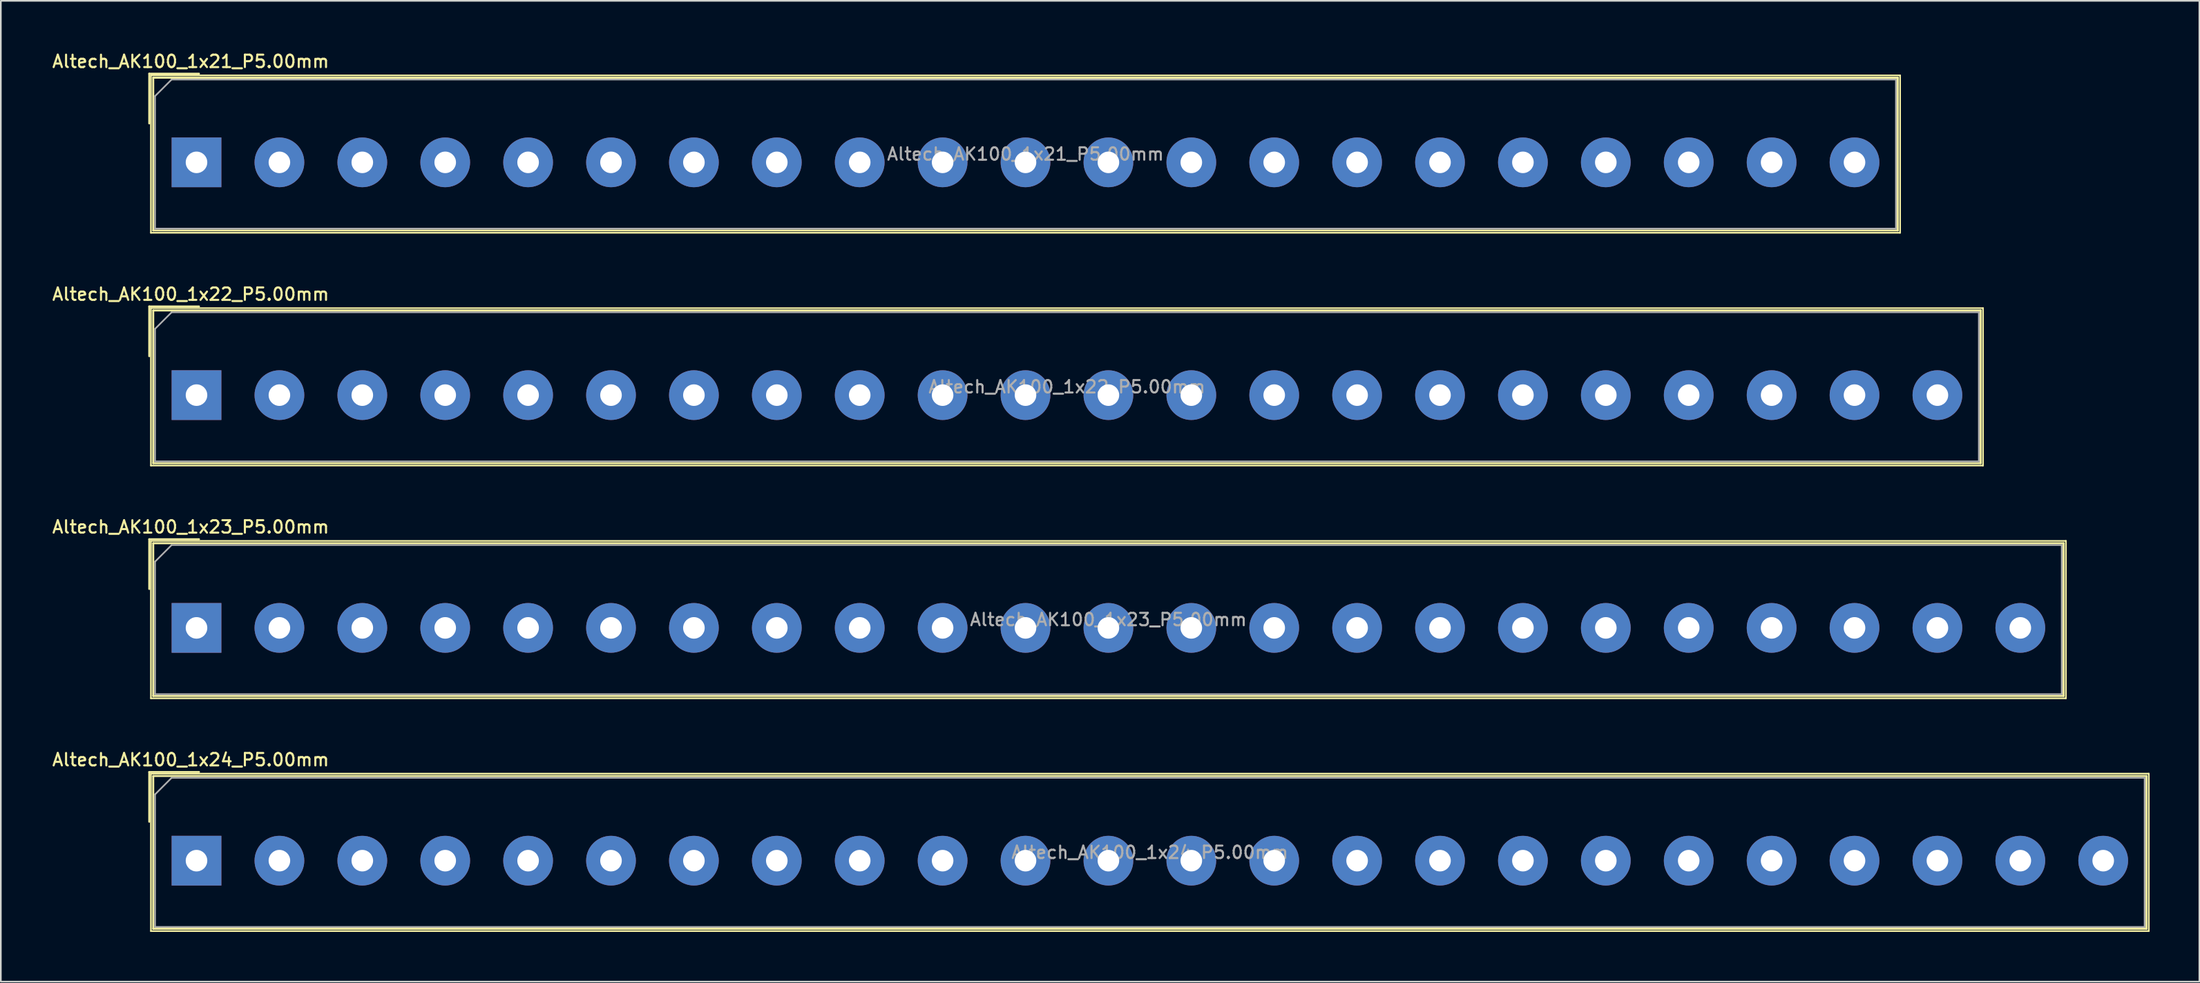
<source format=kicad_pcb>
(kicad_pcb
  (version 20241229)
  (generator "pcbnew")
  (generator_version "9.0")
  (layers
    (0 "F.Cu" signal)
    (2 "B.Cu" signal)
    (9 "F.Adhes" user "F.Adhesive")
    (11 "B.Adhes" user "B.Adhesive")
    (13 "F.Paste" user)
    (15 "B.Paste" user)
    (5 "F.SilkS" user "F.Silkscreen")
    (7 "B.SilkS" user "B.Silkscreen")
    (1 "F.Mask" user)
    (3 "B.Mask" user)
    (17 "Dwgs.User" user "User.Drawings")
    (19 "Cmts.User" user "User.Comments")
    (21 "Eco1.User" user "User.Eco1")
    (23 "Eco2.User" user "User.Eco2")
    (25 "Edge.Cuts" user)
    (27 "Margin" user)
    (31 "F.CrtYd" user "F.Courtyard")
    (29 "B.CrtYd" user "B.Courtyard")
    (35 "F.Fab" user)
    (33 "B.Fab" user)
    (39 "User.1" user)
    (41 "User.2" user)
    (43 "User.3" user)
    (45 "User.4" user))
  (footprint "Altech_AK100_1x23_P5.00mm"
    (layer "F.Cu")
    (at 8.802 34.844)
    (property "Reference" "Altech_AK100_1x23_P5.00mm" (at -0.35 -6.09 0) (layer "F.SilkS") (effects (font (size 0.75 0.75) (thickness 0.125))))
    (attr through_hole)
    (fp_line (start -2.85 -5.35) (end 0.15 -5.35) (stroke (width 0.12) (type solid)) (layer "F.SilkS"))
    (fp_line (start -2.85 -2.35) (end -2.85 -5.35) (stroke (width 0.12) (type solid)) (layer "F.SilkS"))
    (fp_line (start -2.75 -5.25) (end -2.75 4.25) (stroke (width 0.1) (type solid)) (layer "F.SilkS"))
    (fp_line (start -2.75 -5.25) (end 112.75 -5.25) (stroke (width 0.1) (type solid)) (layer "F.SilkS"))
    (fp_line (start -2.75 4.25) (end 112.75 4.25) (stroke (width 0.1) (type solid)) (layer "F.SilkS"))
    (fp_line (start -2.61 -5.11) (end -2.61 4.11) (stroke (width 0.12) (type solid)) (layer "F.SilkS"))
    (fp_line (start -2.61 -5.11) (end 112.61 -5.11) (stroke (width 0.12) (type solid)) (layer "F.SilkS"))
    (fp_line (start -2.61 4.11) (end 112.61 4.11) (stroke (width 0.12) (type solid)) (layer "F.SilkS"))
    (fp_line (start 112.61 -5.11) (end 112.61 4.11) (stroke (width 0.12) (type solid)) (layer "F.SilkS"))
    (fp_line (start 112.75 -5.25) (end 112.75 4.25) (stroke (width 0.1) (type solid)) (layer "F.SilkS"))
    (fp_line (start -2.5 -4) (end -1.5 -5) (stroke (width 0.1) (type solid)) (layer "F.Fab"))
    (fp_line (start -2.5 4) (end -2.5 -4) (stroke (width 0.1) (type solid)) (layer "F.Fab"))
    (fp_line (start -1.5 -5) (end 112.5 -5) (stroke (width 0.1) (type solid)) (layer "F.Fab"))
    (fp_line (start 112.5 -5) (end 112.5 4) (stroke (width 0.1) (type solid)) (layer "F.Fab"))
    (fp_line (start 112.5 4) (end -2.5 4) (stroke (width 0.1) (type solid)) (layer "F.Fab"))
    (fp_text user "${REFERENCE}" (at 55 -0.5 0) (layer "F.Fab") (effects (font (size 0.75 0.75) (thickness 0.125))))
    (pad "1" thru_hole rect (at 0 0) (size 3 3) (drill 1.3) (layers "*.Cu" "*.Mask"))
    (pad "2" thru_hole circle (at 5 0) (size 3 3) (drill 1.3) (layers "*.Cu" "*.Mask"))
    (pad "3" thru_hole circle (at 10 0) (size 3 3) (drill 1.3) (layers "*.Cu" "*.Mask"))
    (pad "4" thru_hole circle (at 15 0) (size 3 3) (drill 1.3) (layers "*.Cu" "*.Mask"))
    (pad "5" thru_hole circle (at 20 0) (size 3 3) (drill 1.3) (layers "*.Cu" "*.Mask"))
    (pad "6" thru_hole circle (at 25 0) (size 3 3) (drill 1.3) (layers "*.Cu" "*.Mask"))
    (pad "7" thru_hole circle (at 30 0) (size 3 3) (drill 1.3) (layers "*.Cu" "*.Mask"))
    (pad "8" thru_hole circle (at 35 0) (size 3 3) (drill 1.3) (layers "*.Cu" "*.Mask"))
    (pad "9" thru_hole circle (at 40 0) (size 3 3) (drill 1.3) (layers "*.Cu" "*.Mask"))
    (pad "10" thru_hole circle (at 45 0) (size 3 3) (drill 1.3) (layers "*.Cu" "*.Mask"))
    (pad "11" thru_hole circle (at 50 0) (size 3 3) (drill 1.3) (layers "*.Cu" "*.Mask"))
    (pad "12" thru_hole circle (at 55 0) (size 3 3) (drill 1.3) (layers "*.Cu" "*.Mask"))
    (pad "13" thru_hole circle (at 60 0) (size 3 3) (drill 1.3) (layers "*.Cu" "*.Mask"))
    (pad "14" thru_hole circle (at 65 0) (size 3 3) (drill 1.3) (layers "*.Cu" "*.Mask"))
    (pad "15" thru_hole circle (at 70 0) (size 3 3) (drill 1.3) (layers "*.Cu" "*.Mask"))
    (pad "16" thru_hole circle (at 75 0) (size 3 3) (drill 1.3) (layers "*.Cu" "*.Mask"))
    (pad "17" thru_hole circle (at 80 0) (size 3 3) (drill 1.3) (layers "*.Cu" "*.Mask"))
    (pad "18" thru_hole circle (at 85 0) (size 3 3) (drill 1.3) (layers "*.Cu" "*.Mask"))
    (pad "19" thru_hole circle (at 90 0) (size 3 3) (drill 1.3) (layers "*.Cu" "*.Mask"))
    (pad "20" thru_hole circle (at 95 0) (size 3 3) (drill 1.3) (layers "*.Cu" "*.Mask"))
    (pad "21" thru_hole circle (at 100 0) (size 3 3) (drill 1.3) (layers "*.Cu" "*.Mask"))
    (pad "22" thru_hole circle (at 105 0) (size 3 3) (drill 1.3) (layers "*.Cu" "*.Mask"))
    (pad "23" thru_hole circle (at 110 0) (size 3 3) (drill 1.3) (layers "*.Cu" "*.Mask")))
  (footprint "Altech_AK100_1x21_P5.00mm"
    (layer "F.Cu")
    (at 8.802 6.748)
    (property "Reference" "Altech_AK100_1x21_P5.00mm" (at -0.35 -6.09 0) (layer "F.SilkS") (effects (font (size 0.75 0.75) (thickness 0.125))))
    (attr through_hole)
    (fp_line (start -2.85 -5.35) (end 0.15 -5.35) (stroke (width 0.12) (type solid)) (layer "F.SilkS"))
    (fp_line (start -2.85 -2.35) (end -2.85 -5.35) (stroke (width 0.12) (type solid)) (layer "F.SilkS"))
    (fp_line (start -2.75 -5.25) (end -2.75 4.25) (stroke (width 0.1) (type solid)) (layer "F.SilkS"))
    (fp_line (start -2.75 -5.25) (end 102.75 -5.25) (stroke (width 0.1) (type solid)) (layer "F.SilkS"))
    (fp_line (start -2.75 4.25) (end 102.75 4.25) (stroke (width 0.1) (type solid)) (layer "F.SilkS"))
    (fp_line (start -2.61 -5.11) (end -2.61 4.11) (stroke (width 0.12) (type solid)) (layer "F.SilkS"))
    (fp_line (start -2.61 -5.11) (end 102.61 -5.11) (stroke (width 0.12) (type solid)) (layer "F.SilkS"))
    (fp_line (start -2.61 4.11) (end 102.61 4.11) (stroke (width 0.12) (type solid)) (layer "F.SilkS"))
    (fp_line (start 102.61 -5.11) (end 102.61 4.11) (stroke (width 0.12) (type solid)) (layer "F.SilkS"))
    (fp_line (start 102.75 -5.25) (end 102.75 4.25) (stroke (width 0.1) (type solid)) (layer "F.SilkS"))
    (fp_line (start -2.5 -4) (end -1.5 -5) (stroke (width 0.1) (type solid)) (layer "F.Fab"))
    (fp_line (start -2.5 4) (end -2.5 -4) (stroke (width 0.1) (type solid)) (layer "F.Fab"))
    (fp_line (start -1.5 -5) (end 102.5 -5) (stroke (width 0.1) (type solid)) (layer "F.Fab"))
    (fp_line (start 102.5 -5) (end 102.5 4) (stroke (width 0.1) (type solid)) (layer "F.Fab"))
    (fp_line (start 102.5 4) (end -2.5 4) (stroke (width 0.1) (type solid)) (layer "F.Fab"))
    (fp_text user "${REFERENCE}" (at 50 -0.5 0) (layer "F.Fab") (effects (font (size 0.75 0.75) (thickness 0.125))))
    (pad "1" thru_hole rect (at 0 0) (size 3 3) (drill 1.3) (layers "*.Cu" "*.Mask"))
    (pad "2" thru_hole circle (at 5 0) (size 3 3) (drill 1.3) (layers "*.Cu" "*.Mask"))
    (pad "3" thru_hole circle (at 10 0) (size 3 3) (drill 1.3) (layers "*.Cu" "*.Mask"))
    (pad "4" thru_hole circle (at 15 0) (size 3 3) (drill 1.3) (layers "*.Cu" "*.Mask"))
    (pad "5" thru_hole circle (at 20 0) (size 3 3) (drill 1.3) (layers "*.Cu" "*.Mask"))
    (pad "6" thru_hole circle (at 25 0) (size 3 3) (drill 1.3) (layers "*.Cu" "*.Mask"))
    (pad "7" thru_hole circle (at 30 0) (size 3 3) (drill 1.3) (layers "*.Cu" "*.Mask"))
    (pad "8" thru_hole circle (at 35 0) (size 3 3) (drill 1.3) (layers "*.Cu" "*.Mask"))
    (pad "9" thru_hole circle (at 40 0) (size 3 3) (drill 1.3) (layers "*.Cu" "*.Mask"))
    (pad "10" thru_hole circle (at 45 0) (size 3 3) (drill 1.3) (layers "*.Cu" "*.Mask"))
    (pad "11" thru_hole circle (at 50 0) (size 3 3) (drill 1.3) (layers "*.Cu" "*.Mask"))
    (pad "12" thru_hole circle (at 55 0) (size 3 3) (drill 1.3) (layers "*.Cu" "*.Mask"))
    (pad "13" thru_hole circle (at 60 0) (size 3 3) (drill 1.3) (layers "*.Cu" "*.Mask"))
    (pad "14" thru_hole circle (at 65 0) (size 3 3) (drill 1.3) (layers "*.Cu" "*.Mask"))
    (pad "15" thru_hole circle (at 70 0) (size 3 3) (drill 1.3) (layers "*.Cu" "*.Mask"))
    (pad "16" thru_hole circle (at 75 0) (size 3 3) (drill 1.3) (layers "*.Cu" "*.Mask"))
    (pad "17" thru_hole circle (at 80 0) (size 3 3) (drill 1.3) (layers "*.Cu" "*.Mask"))
    (pad "18" thru_hole circle (at 85 0) (size 3 3) (drill 1.3) (layers "*.Cu" "*.Mask"))
    (pad "19" thru_hole circle (at 90 0) (size 3 3) (drill 1.3) (layers "*.Cu" "*.Mask"))
    (pad "20" thru_hole circle (at 95 0) (size 3 3) (drill 1.3) (layers "*.Cu" "*.Mask"))
    (pad "21" thru_hole circle (at 100 0) (size 3 3) (drill 1.3) (layers "*.Cu" "*.Mask")))
  (footprint "Altech_AK100_1x24_P5.00mm"
    (layer "F.Cu")
    (at 8.802 48.892)
    (property "Reference" "Altech_AK100_1x24_P5.00mm" (at -0.35 -6.09 0) (layer "F.SilkS") (effects (font (size 0.75 0.75) (thickness 0.125))))
    (attr through_hole)
    (fp_line (start -2.85 -5.35) (end 0.15 -5.35) (stroke (width 0.12) (type solid)) (layer "F.SilkS"))
    (fp_line (start -2.85 -2.35) (end -2.85 -5.35) (stroke (width 0.12) (type solid)) (layer "F.SilkS"))
    (fp_line (start -2.75 -5.25) (end -2.75 4.25) (stroke (width 0.1) (type solid)) (layer "F.SilkS"))
    (fp_line (start -2.75 -5.25) (end 117.75 -5.25) (stroke (width 0.1) (type solid)) (layer "F.SilkS"))
    (fp_line (start -2.75 4.25) (end 117.75 4.25) (stroke (width 0.1) (type solid)) (layer "F.SilkS"))
    (fp_line (start -2.61 -5.11) (end -2.61 4.11) (stroke (width 0.12) (type solid)) (layer "F.SilkS"))
    (fp_line (start -2.61 -5.11) (end 117.61 -5.11) (stroke (width 0.12) (type solid)) (layer "F.SilkS"))
    (fp_line (start -2.61 4.11) (end 117.61 4.11) (stroke (width 0.12) (type solid)) (layer "F.SilkS"))
    (fp_line (start 117.61 -5.11) (end 117.61 4.11) (stroke (width 0.12) (type solid)) (layer "F.SilkS"))
    (fp_line (start 117.75 -5.25) (end 117.75 4.25) (stroke (width 0.1) (type solid)) (layer "F.SilkS"))
    (fp_line (start -2.5 -4) (end -1.5 -5) (stroke (width 0.1) (type solid)) (layer "F.Fab"))
    (fp_line (start -2.5 4) (end -2.5 -4) (stroke (width 0.1) (type solid)) (layer "F.Fab"))
    (fp_line (start -1.5 -5) (end 117.5 -5) (stroke (width 0.1) (type solid)) (layer "F.Fab"))
    (fp_line (start 117.5 -5) (end 117.5 4) (stroke (width 0.1) (type solid)) (layer "F.Fab"))
    (fp_line (start 117.5 4) (end -2.5 4) (stroke (width 0.1) (type solid)) (layer "F.Fab"))
    (fp_text user "${REFERENCE}" (at 57.5 -0.5 0) (layer "F.Fab") (effects (font (size 0.75 0.75) (thickness 0.125))))
    (pad "1" thru_hole rect (at 0 0) (size 3 3) (drill 1.3) (layers "*.Cu" "*.Mask"))
    (pad "2" thru_hole circle (at 5 0) (size 3 3) (drill 1.3) (layers "*.Cu" "*.Mask"))
    (pad "3" thru_hole circle (at 10 0) (size 3 3) (drill 1.3) (layers "*.Cu" "*.Mask"))
    (pad "4" thru_hole circle (at 15 0) (size 3 3) (drill 1.3) (layers "*.Cu" "*.Mask"))
    (pad "5" thru_hole circle (at 20 0) (size 3 3) (drill 1.3) (layers "*.Cu" "*.Mask"))
    (pad "6" thru_hole circle (at 25 0) (size 3 3) (drill 1.3) (layers "*.Cu" "*.Mask"))
    (pad "7" thru_hole circle (at 30 0) (size 3 3) (drill 1.3) (layers "*.Cu" "*.Mask"))
    (pad "8" thru_hole circle (at 35 0) (size 3 3) (drill 1.3) (layers "*.Cu" "*.Mask"))
    (pad "9" thru_hole circle (at 40 0) (size 3 3) (drill 1.3) (layers "*.Cu" "*.Mask"))
    (pad "10" thru_hole circle (at 45 0) (size 3 3) (drill 1.3) (layers "*.Cu" "*.Mask"))
    (pad "11" thru_hole circle (at 50 0) (size 3 3) (drill 1.3) (layers "*.Cu" "*.Mask"))
    (pad "12" thru_hole circle (at 55 0) (size 3 3) (drill 1.3) (layers "*.Cu" "*.Mask"))
    (pad "13" thru_hole circle (at 60 0) (size 3 3) (drill 1.3) (layers "*.Cu" "*.Mask"))
    (pad "14" thru_hole circle (at 65 0) (size 3 3) (drill 1.3) (layers "*.Cu" "*.Mask"))
    (pad "15" thru_hole circle (at 70 0) (size 3 3) (drill 1.3) (layers "*.Cu" "*.Mask"))
    (pad "16" thru_hole circle (at 75 0) (size 3 3) (drill 1.3) (layers "*.Cu" "*.Mask"))
    (pad "17" thru_hole circle (at 80 0) (size 3 3) (drill 1.3) (layers "*.Cu" "*.Mask"))
    (pad "18" thru_hole circle (at 85 0) (size 3 3) (drill 1.3) (layers "*.Cu" "*.Mask"))
    (pad "19" thru_hole circle (at 90 0) (size 3 3) (drill 1.3) (layers "*.Cu" "*.Mask"))
    (pad "20" thru_hole circle (at 95 0) (size 3 3) (drill 1.3) (layers "*.Cu" "*.Mask"))
    (pad "21" thru_hole circle (at 100 0) (size 3 3) (drill 1.3) (layers "*.Cu" "*.Mask"))
    (pad "22" thru_hole circle (at 105 0) (size 3 3) (drill 1.3) (layers "*.Cu" "*.Mask"))
    (pad "23" thru_hole circle (at 110 0) (size 3 3) (drill 1.3) (layers "*.Cu" "*.Mask"))
    (pad "24" thru_hole circle (at 115 0) (size 3 3) (drill 1.3) (layers "*.Cu" "*.Mask")))
  (footprint "Altech_AK100_1x22_P5.00mm"
    (layer "F.Cu")
    (at 8.802 20.796)
    (property "Reference" "Altech_AK100_1x22_P5.00mm" (at -0.35 -6.09 0) (layer "F.SilkS") (effects (font (size 0.75 0.75) (thickness 0.125))))
    (attr through_hole)
    (fp_line (start -2.85 -5.35) (end 0.15 -5.35) (stroke (width 0.12) (type solid)) (layer "F.SilkS"))
    (fp_line (start -2.85 -2.35) (end -2.85 -5.35) (stroke (width 0.12) (type solid)) (layer "F.SilkS"))
    (fp_line (start -2.75 -5.25) (end -2.75 4.25) (stroke (width 0.1) (type solid)) (layer "F.SilkS"))
    (fp_line (start -2.75 -5.25) (end 107.75 -5.25) (stroke (width 0.1) (type solid)) (layer "F.SilkS"))
    (fp_line (start -2.75 4.25) (end 107.75 4.25) (stroke (width 0.1) (type solid)) (layer "F.SilkS"))
    (fp_line (start -2.61 -5.11) (end -2.61 4.11) (stroke (width 0.12) (type solid)) (layer "F.SilkS"))
    (fp_line (start -2.61 -5.11) (end 107.61 -5.11) (stroke (width 0.12) (type solid)) (layer "F.SilkS"))
    (fp_line (start -2.61 4.11) (end 107.61 4.11) (stroke (width 0.12) (type solid)) (layer "F.SilkS"))
    (fp_line (start 107.61 -5.11) (end 107.61 4.11) (stroke (width 0.12) (type solid)) (layer "F.SilkS"))
    (fp_line (start 107.75 -5.25) (end 107.75 4.25) (stroke (width 0.1) (type solid)) (layer "F.SilkS"))
    (fp_line (start -2.5 -4) (end -1.5 -5) (stroke (width 0.1) (type solid)) (layer "F.Fab"))
    (fp_line (start -2.5 4) (end -2.5 -4) (stroke (width 0.1) (type solid)) (layer "F.Fab"))
    (fp_line (start -1.5 -5) (end 107.5 -5) (stroke (width 0.1) (type solid)) (layer "F.Fab"))
    (fp_line (start 107.5 -5) (end 107.5 4) (stroke (width 0.1) (type solid)) (layer "F.Fab"))
    (fp_line (start 107.5 4) (end -2.5 4) (stroke (width 0.1) (type solid)) (layer "F.Fab"))
    (fp_text user "${REFERENCE}" (at 52.5 -0.5 0) (layer "F.Fab") (effects (font (size 0.75 0.75) (thickness 0.125))))
    (pad "1" thru_hole rect (at 0 0) (size 3 3) (drill 1.3) (layers "*.Cu" "*.Mask"))
    (pad "2" thru_hole circle (at 5 0) (size 3 3) (drill 1.3) (layers "*.Cu" "*.Mask"))
    (pad "3" thru_hole circle (at 10 0) (size 3 3) (drill 1.3) (layers "*.Cu" "*.Mask"))
    (pad "4" thru_hole circle (at 15 0) (size 3 3) (drill 1.3) (layers "*.Cu" "*.Mask"))
    (pad "5" thru_hole circle (at 20 0) (size 3 3) (drill 1.3) (layers "*.Cu" "*.Mask"))
    (pad "6" thru_hole circle (at 25 0) (size 3 3) (drill 1.3) (layers "*.Cu" "*.Mask"))
    (pad "7" thru_hole circle (at 30 0) (size 3 3) (drill 1.3) (layers "*.Cu" "*.Mask"))
    (pad "8" thru_hole circle (at 35 0) (size 3 3) (drill 1.3) (layers "*.Cu" "*.Mask"))
    (pad "9" thru_hole circle (at 40 0) (size 3 3) (drill 1.3) (layers "*.Cu" "*.Mask"))
    (pad "10" thru_hole circle (at 45 0) (size 3 3) (drill 1.3) (layers "*.Cu" "*.Mask"))
    (pad "11" thru_hole circle (at 50 0) (size 3 3) (drill 1.3) (layers "*.Cu" "*.Mask"))
    (pad "12" thru_hole circle (at 55 0) (size 3 3) (drill 1.3) (layers "*.Cu" "*.Mask"))
    (pad "13" thru_hole circle (at 60 0) (size 3 3) (drill 1.3) (layers "*.Cu" "*.Mask"))
    (pad "14" thru_hole circle (at 65 0) (size 3 3) (drill 1.3) (layers "*.Cu" "*.Mask"))
    (pad "15" thru_hole circle (at 70 0) (size 3 3) (drill 1.3) (layers "*.Cu" "*.Mask"))
    (pad "16" thru_hole circle (at 75 0) (size 3 3) (drill 1.3) (layers "*.Cu" "*.Mask"))
    (pad "17" thru_hole circle (at 80 0) (size 3 3) (drill 1.3) (layers "*.Cu" "*.Mask"))
    (pad "18" thru_hole circle (at 85 0) (size 3 3) (drill 1.3) (layers "*.Cu" "*.Mask"))
    (pad "19" thru_hole circle (at 90 0) (size 3 3) (drill 1.3) (layers "*.Cu" "*.Mask"))
    (pad "20" thru_hole circle (at 95 0) (size 3 3) (drill 1.3) (layers "*.Cu" "*.Mask"))
    (pad "21" thru_hole circle (at 100 0) (size 3 3) (drill 1.3) (layers "*.Cu" "*.Mask"))
    (pad "22" thru_hole circle (at 105 0) (size 3 3) (drill 1.3) (layers "*.Cu" "*.Mask")))
  (gr_rect
    (start -3 -3)
    (end 129.602 56.193)
    (stroke (width 0.1) (type default))
    (fill no)
    (layer "Edge.Cuts")))
</source>
